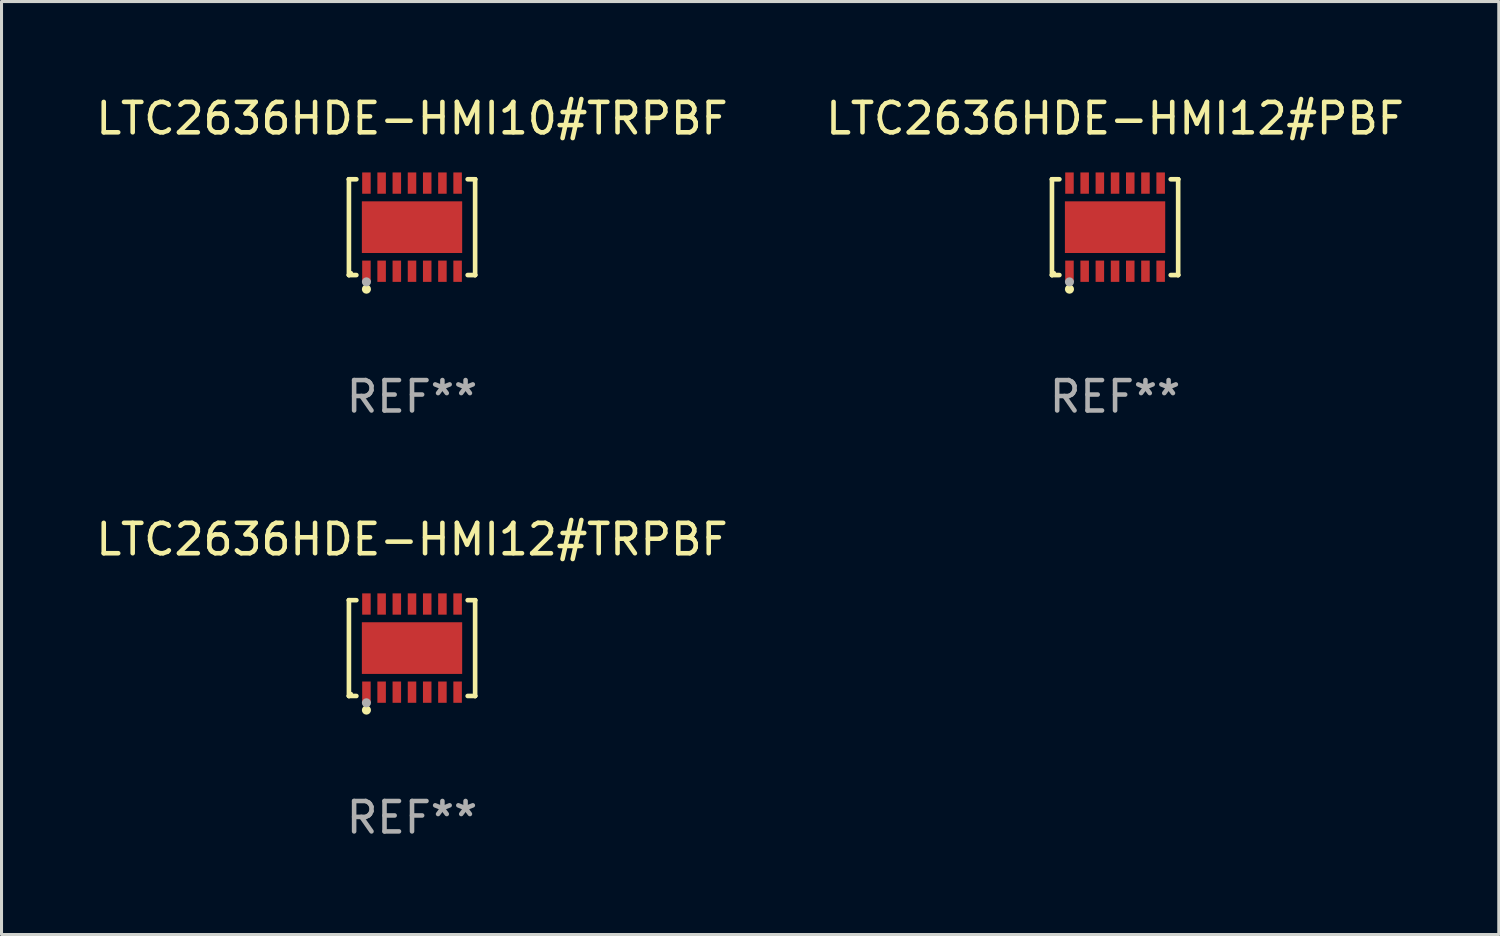
<source format=kicad_pcb>
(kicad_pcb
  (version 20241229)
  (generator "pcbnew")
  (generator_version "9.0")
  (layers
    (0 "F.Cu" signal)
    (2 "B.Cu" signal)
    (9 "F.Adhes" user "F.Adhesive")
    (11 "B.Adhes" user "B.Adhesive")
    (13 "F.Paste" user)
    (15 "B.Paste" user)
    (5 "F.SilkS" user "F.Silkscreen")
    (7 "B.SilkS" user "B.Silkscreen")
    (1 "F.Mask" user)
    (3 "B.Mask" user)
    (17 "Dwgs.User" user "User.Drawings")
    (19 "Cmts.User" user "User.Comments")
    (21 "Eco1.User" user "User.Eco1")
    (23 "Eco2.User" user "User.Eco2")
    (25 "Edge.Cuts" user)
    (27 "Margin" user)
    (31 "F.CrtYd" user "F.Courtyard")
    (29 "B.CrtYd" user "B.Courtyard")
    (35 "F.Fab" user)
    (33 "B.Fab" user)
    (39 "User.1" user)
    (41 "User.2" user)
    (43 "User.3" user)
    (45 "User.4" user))
  (footprint "LTC2636HDE-HMI12#TRPBF"
    (layer "F.Cu")
    (at 10.506 18.273)
    (property "Reference" "LTC2636HDE-HMI12#TRPBF" (at 0 -3.576 0) (layer "F.SilkS") (effects (font (size 1 1) (thickness 0.15))))
    (attr through_hole)
    (fp_line (start -2.076 -1.576) (end -2.076 -1.576) (stroke (width 0.152) (type solid)) (layer "F.SilkS"))
    (fp_line (start -2.076 -1.576) (end -1.831 -1.576) (stroke (width 0.152) (type solid)) (layer "F.SilkS"))
    (fp_line (start -2.076 1.576) (end -2.076 -1.576) (stroke (width 0.152) (type solid)) (layer "F.SilkS"))
    (fp_line (start -2.076 1.576) (end -2.076 1.576) (stroke (width 0.152) (type solid)) (layer "F.SilkS"))
    (fp_line (start -1.831 1.576) (end -2.076 1.576) (stroke (width 0.152) (type solid)) (layer "F.SilkS"))
    (fp_line (start 1.831 1.576) (end 2.076 1.576) (stroke (width 0.152) (type solid)) (layer "F.SilkS"))
    (fp_line (start 2.076 -1.576) (end 1.831 -1.576) (stroke (width 0.152) (type solid)) (layer "F.SilkS"))
    (fp_line (start 2.076 -1.576) (end 2.076 -1.576) (stroke (width 0.152) (type solid)) (layer "F.SilkS"))
    (fp_line (start 2.076 1.576) (end 2.076 -1.576) (stroke (width 0.152) (type solid)) (layer "F.SilkS"))
    (fp_line (start 2.076 1.576) (end 2.076 1.576) (stroke (width 0.152) (type solid)) (layer "F.SilkS"))
    (fp_circle (center -2 1.5) (end -1.97 1.5) (stroke (width 0.06) (type solid)) (fill no) (layer "F.SilkS"))
    (fp_circle (center -1.5 2.04) (end -1.425 2.04) (stroke (width 0.15) (type solid)) (fill no) (layer "F.SilkS"))
    (fp_circle (center -1.5 1.8) (end -1.425 1.8) (stroke (width 0.15) (type solid)) (fill no) (layer "F.Fab"))
    (fp_text user "REF**" (at 0 5.576 0) (layer "F.Fab") (effects (font (size 1 1) (thickness 0.15))))
    (pad "1" smd rect (at -1.5 1.45) (size 0.28 0.7) (layers "F.Cu" "F.Mask" "F.Paste"))
    (pad "2" smd rect (at -1 1.45) (size 0.28 0.7) (layers "F.Cu" "F.Mask" "F.Paste"))
    (pad "3" smd rect (at -0.5 1.45) (size 0.28 0.7) (layers "F.Cu" "F.Mask" "F.Paste"))
    (pad "4" smd rect (at 0 1.45) (size 0.28 0.7) (layers "F.Cu" "F.Mask" "F.Paste"))
    (pad "5" smd rect (at 0.5 1.45) (size 0.28 0.7) (layers "F.Cu" "F.Mask" "F.Paste"))
    (pad "6" smd rect (at 1 1.45) (size 0.28 0.7) (layers "F.Cu" "F.Mask" "F.Paste"))
    (pad "7" smd rect (at 1.5 1.45) (size 0.28 0.7) (layers "F.Cu" "F.Mask" "F.Paste"))
    (pad "8" smd rect (at 1.5 -1.45) (size 0.28 0.7) (layers "F.Cu" "F.Mask" "F.Paste"))
    (pad "9" smd rect (at 1 -1.45) (size 0.28 0.7) (layers "F.Cu" "F.Mask" "F.Paste"))
    (pad "10" smd rect (at 0.5 -1.45) (size 0.28 0.7) (layers "F.Cu" "F.Mask" "F.Paste"))
    (pad "11" smd rect (at 0 -1.45) (size 0.28 0.7) (layers "F.Cu" "F.Mask" "F.Paste"))
    (pad "12" smd rect (at -0.5 -1.45) (size 0.28 0.7) (layers "F.Cu" "F.Mask" "F.Paste"))
    (pad "13" smd rect (at -1 -1.45) (size 0.28 0.7) (layers "F.Cu" "F.Mask" "F.Paste"))
    (pad "14" smd rect (at -1.5 -1.45) (size 0.28 0.7) (layers "F.Cu" "F.Mask" "F.Paste"))
    (pad "15" smd rect (at 0 0) (size 3.3 1.7) (layers "F.Cu" "F.Mask" "F.Paste")))
  (footprint "LTC2636HDE-HMI10#TRPBF"
    (layer "F.Cu")
    (at 10.506 4.424)
    (property "Reference" "LTC2636HDE-HMI10#TRPBF" (at 0 -3.576 0) (layer "F.SilkS") (effects (font (size 1 1) (thickness 0.15))))
    (attr through_hole)
    (fp_line (start -2.076 -1.576) (end -2.076 -1.576) (stroke (width 0.152) (type solid)) (layer "F.SilkS"))
    (fp_line (start -2.076 -1.576) (end -1.831 -1.576) (stroke (width 0.152) (type solid)) (layer "F.SilkS"))
    (fp_line (start -2.076 1.576) (end -2.076 -1.576) (stroke (width 0.152) (type solid)) (layer "F.SilkS"))
    (fp_line (start -2.076 1.576) (end -2.076 1.576) (stroke (width 0.152) (type solid)) (layer "F.SilkS"))
    (fp_line (start -1.831 1.576) (end -2.076 1.576) (stroke (width 0.152) (type solid)) (layer "F.SilkS"))
    (fp_line (start 1.831 1.576) (end 2.076 1.576) (stroke (width 0.152) (type solid)) (layer "F.SilkS"))
    (fp_line (start 2.076 -1.576) (end 1.831 -1.576) (stroke (width 0.152) (type solid)) (layer "F.SilkS"))
    (fp_line (start 2.076 -1.576) (end 2.076 -1.576) (stroke (width 0.152) (type solid)) (layer "F.SilkS"))
    (fp_line (start 2.076 1.576) (end 2.076 -1.576) (stroke (width 0.152) (type solid)) (layer "F.SilkS"))
    (fp_line (start 2.076 1.576) (end 2.076 1.576) (stroke (width 0.152) (type solid)) (layer "F.SilkS"))
    (fp_circle (center -2 1.5) (end -1.97 1.5) (stroke (width 0.06) (type solid)) (fill no) (layer "F.SilkS"))
    (fp_circle (center -1.5 2.04) (end -1.425 2.04) (stroke (width 0.15) (type solid)) (fill no) (layer "F.SilkS"))
    (fp_circle (center -1.5 1.8) (end -1.425 1.8) (stroke (width 0.15) (type solid)) (fill no) (layer "F.Fab"))
    (fp_text user "REF**" (at 0 5.576 0) (layer "F.Fab") (effects (font (size 1 1) (thickness 0.15))))
    (pad "1" smd rect (at -1.5 1.45) (size 0.28 0.7) (layers "F.Cu" "F.Mask" "F.Paste"))
    (pad "2" smd rect (at -1 1.45) (size 0.28 0.7) (layers "F.Cu" "F.Mask" "F.Paste"))
    (pad "3" smd rect (at -0.5 1.45) (size 0.28 0.7) (layers "F.Cu" "F.Mask" "F.Paste"))
    (pad "4" smd rect (at 0 1.45) (size 0.28 0.7) (layers "F.Cu" "F.Mask" "F.Paste"))
    (pad "5" smd rect (at 0.5 1.45) (size 0.28 0.7) (layers "F.Cu" "F.Mask" "F.Paste"))
    (pad "6" smd rect (at 1 1.45) (size 0.28 0.7) (layers "F.Cu" "F.Mask" "F.Paste"))
    (pad "7" smd rect (at 1.5 1.45) (size 0.28 0.7) (layers "F.Cu" "F.Mask" "F.Paste"))
    (pad "8" smd rect (at 1.5 -1.45) (size 0.28 0.7) (layers "F.Cu" "F.Mask" "F.Paste"))
    (pad "9" smd rect (at 1 -1.45) (size 0.28 0.7) (layers "F.Cu" "F.Mask" "F.Paste"))
    (pad "10" smd rect (at 0.5 -1.45) (size 0.28 0.7) (layers "F.Cu" "F.Mask" "F.Paste"))
    (pad "11" smd rect (at 0 -1.45) (size 0.28 0.7) (layers "F.Cu" "F.Mask" "F.Paste"))
    (pad "12" smd rect (at -0.5 -1.45) (size 0.28 0.7) (layers "F.Cu" "F.Mask" "F.Paste"))
    (pad "13" smd rect (at -1 -1.45) (size 0.28 0.7) (layers "F.Cu" "F.Mask" "F.Paste"))
    (pad "14" smd rect (at -1.5 -1.45) (size 0.28 0.7) (layers "F.Cu" "F.Mask" "F.Paste"))
    (pad "15" smd rect (at 0 0) (size 3.3 1.7) (layers "F.Cu" "F.Mask" "F.Paste")))
  (footprint "LTC2636HDE-HMI12#PBF"
    (layer "F.Cu")
    (at 33.637 4.424)
    (property "Reference" "LTC2636HDE-HMI12#PBF" (at 0 -3.576 0) (layer "F.SilkS") (effects (font (size 1 1) (thickness 0.15))))
    (attr through_hole)
    (fp_line (start -2.076 -1.576) (end -2.076 -1.576) (stroke (width 0.152) (type solid)) (layer "F.SilkS"))
    (fp_line (start -2.076 -1.576) (end -1.831 -1.576) (stroke (width 0.152) (type solid)) (layer "F.SilkS"))
    (fp_line (start -2.076 1.576) (end -2.076 -1.576) (stroke (width 0.152) (type solid)) (layer "F.SilkS"))
    (fp_line (start -2.076 1.576) (end -2.076 1.576) (stroke (width 0.152) (type solid)) (layer "F.SilkS"))
    (fp_line (start -1.831 1.576) (end -2.076 1.576) (stroke (width 0.152) (type solid)) (layer "F.SilkS"))
    (fp_line (start 1.831 1.576) (end 2.076 1.576) (stroke (width 0.152) (type solid)) (layer "F.SilkS"))
    (fp_line (start 2.076 -1.576) (end 1.831 -1.576) (stroke (width 0.152) (type solid)) (layer "F.SilkS"))
    (fp_line (start 2.076 -1.576) (end 2.076 -1.576) (stroke (width 0.152) (type solid)) (layer "F.SilkS"))
    (fp_line (start 2.076 1.576) (end 2.076 -1.576) (stroke (width 0.152) (type solid)) (layer "F.SilkS"))
    (fp_line (start 2.076 1.576) (end 2.076 1.576) (stroke (width 0.152) (type solid)) (layer "F.SilkS"))
    (fp_circle (center -2 1.5) (end -1.97 1.5) (stroke (width 0.06) (type solid)) (fill no) (layer "F.SilkS"))
    (fp_circle (center -1.5 2.04) (end -1.425 2.04) (stroke (width 0.15) (type solid)) (fill no) (layer "F.SilkS"))
    (fp_circle (center -1.5 1.8) (end -1.425 1.8) (stroke (width 0.15) (type solid)) (fill no) (layer "F.Fab"))
    (fp_text user "REF**" (at 0 5.576 0) (layer "F.Fab") (effects (font (size 1 1) (thickness 0.15))))
    (pad "1" smd rect (at -1.5 1.45) (size 0.28 0.7) (layers "F.Cu" "F.Mask" "F.Paste"))
    (pad "2" smd rect (at -1 1.45) (size 0.28 0.7) (layers "F.Cu" "F.Mask" "F.Paste"))
    (pad "3" smd rect (at -0.5 1.45) (size 0.28 0.7) (layers "F.Cu" "F.Mask" "F.Paste"))
    (pad "4" smd rect (at 0 1.45) (size 0.28 0.7) (layers "F.Cu" "F.Mask" "F.Paste"))
    (pad "5" smd rect (at 0.5 1.45) (size 0.28 0.7) (layers "F.Cu" "F.Mask" "F.Paste"))
    (pad "6" smd rect (at 1 1.45) (size 0.28 0.7) (layers "F.Cu" "F.Mask" "F.Paste"))
    (pad "7" smd rect (at 1.5 1.45) (size 0.28 0.7) (layers "F.Cu" "F.Mask" "F.Paste"))
    (pad "8" smd rect (at 1.5 -1.45) (size 0.28 0.7) (layers "F.Cu" "F.Mask" "F.Paste"))
    (pad "9" smd rect (at 1 -1.45) (size 0.28 0.7) (layers "F.Cu" "F.Mask" "F.Paste"))
    (pad "10" smd rect (at 0.5 -1.45) (size 0.28 0.7) (layers "F.Cu" "F.Mask" "F.Paste"))
    (pad "11" smd rect (at 0 -1.45) (size 0.28 0.7) (layers "F.Cu" "F.Mask" "F.Paste"))
    (pad "12" smd rect (at -0.5 -1.45) (size 0.28 0.7) (layers "F.Cu" "F.Mask" "F.Paste"))
    (pad "13" smd rect (at -1 -1.45) (size 0.28 0.7) (layers "F.Cu" "F.Mask" "F.Paste"))
    (pad "14" smd rect (at -1.5 -1.45) (size 0.28 0.7) (layers "F.Cu" "F.Mask" "F.Paste"))
    (pad "15" smd rect (at 0 0) (size 3.3 1.7) (layers "F.Cu" "F.Mask" "F.Paste")))
  (gr_rect
    (start -3 -3)
    (end 46.262 27.698)
    (stroke (width 0.1) (type default))
    (fill no)
    (layer "Edge.Cuts")))
</source>
